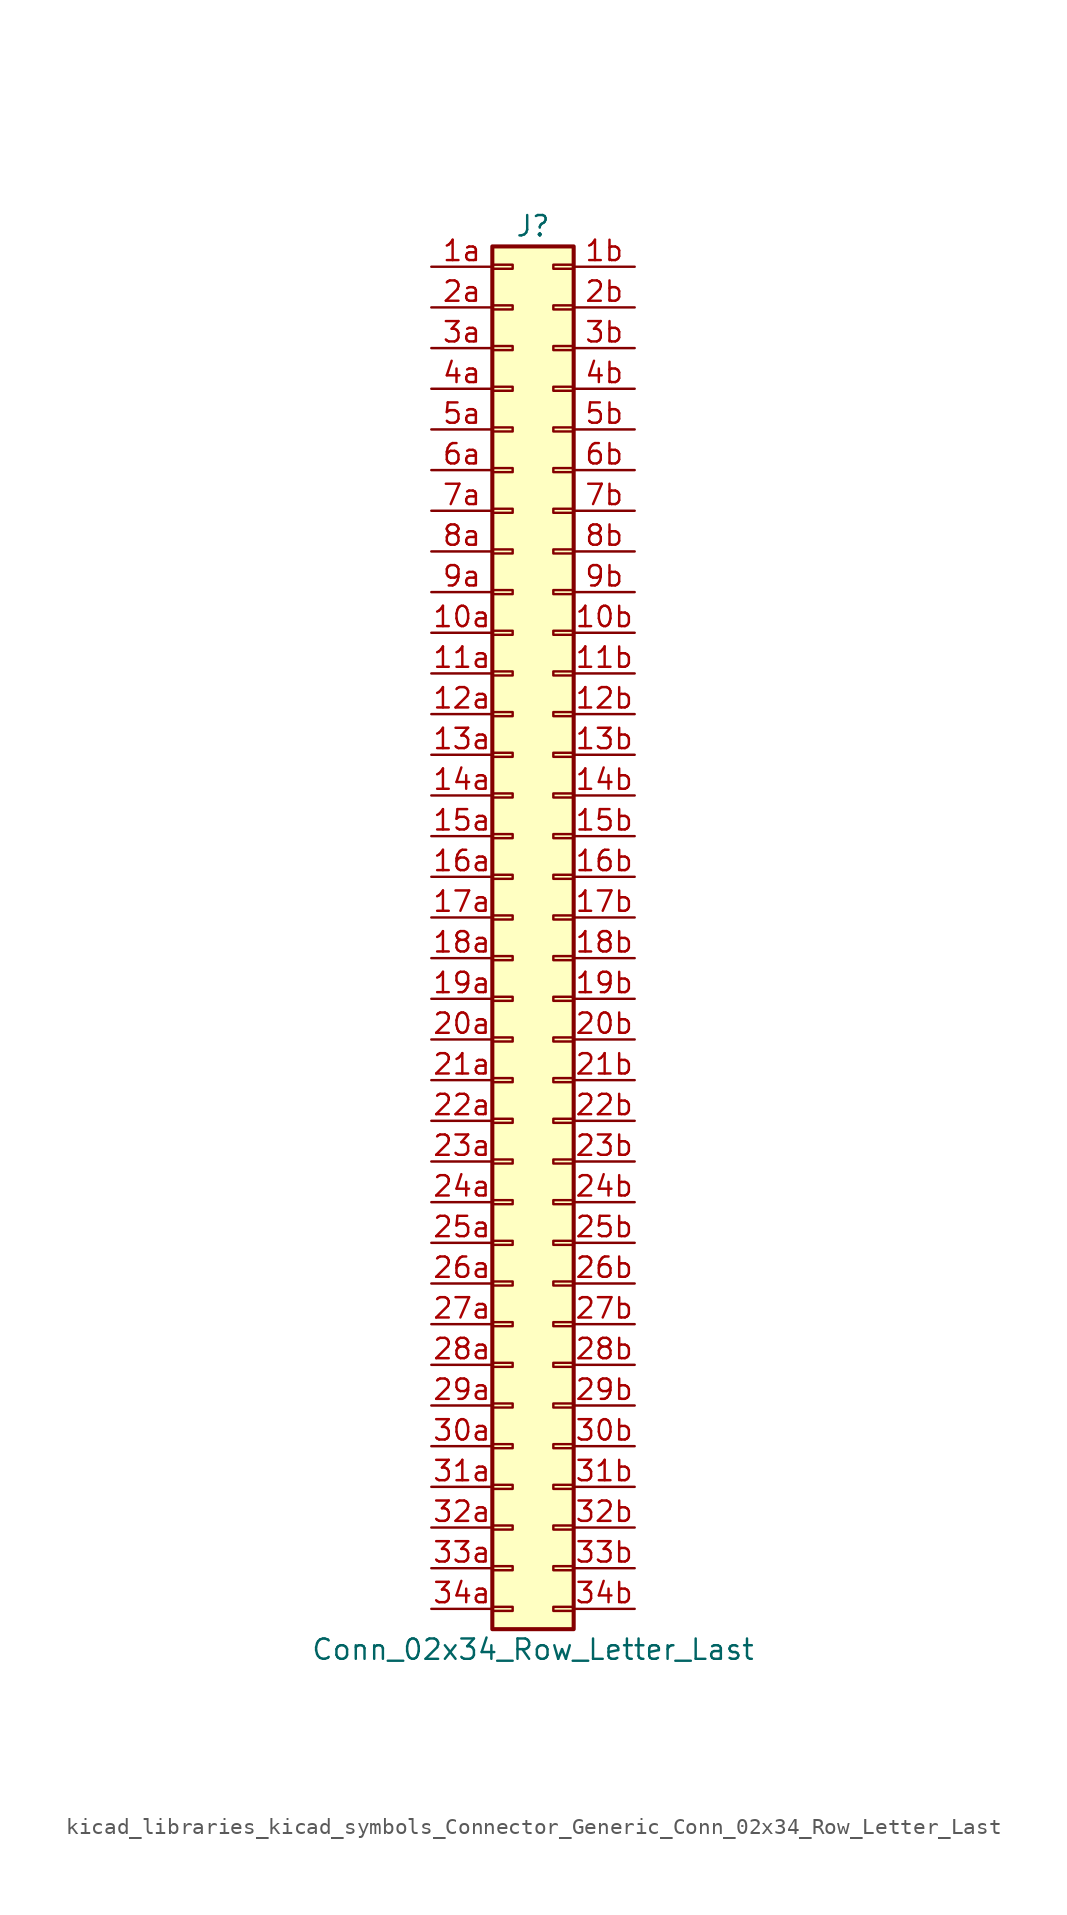
<source format=kicad_sym>
(kicad_symbol_lib
  (version 20220914)
  (generator kicad_symbol_editor)
  (symbol "kicad_libraries_kicad_symbols_Connector_Generic_Conn_02x34_Row_Letter_Last"
    (pin_names
      (offset 1.016) hide)
    (property "Reference" "J"
      (at 1.27 43.18 0)
      (effects (font (size 1.27 1.27))))
    (property "Value" "Conn_02x34_Row_Letter_Last"
      (at 1.27 -45.72 0)
      (effects (font (size 1.27 1.27))))
    (symbol "kicad_libraries_kicad_symbols_Connector_Generic_Conn_02x34_Row_Letter_Last_1_1"
      (rectangle (start -1.27 -43.053) (end 0 -43.307) (stroke (width 0.152) (type default)) (fill (type none)))
      (rectangle (start -1.27 -40.513) (end 0 -40.767) (stroke (width 0.152) (type default)) (fill (type none)))
      (rectangle (start -1.27 -37.973) (end 0 -38.227) (stroke (width 0.152) (type default)) (fill (type none)))
      (rectangle (start -1.27 -35.433) (end 0 -35.687) (stroke (width 0.152) (type default)) (fill (type none)))
      (rectangle (start -1.27 -32.893) (end 0 -33.147) (stroke (width 0.152) (type default)) (fill (type none)))
      (rectangle (start -1.27 -30.353) (end 0 -30.607) (stroke (width 0.152) (type default)) (fill (type none)))
      (rectangle (start -1.27 -27.813) (end 0 -28.067) (stroke (width 0.152) (type default)) (fill (type none)))
      (rectangle (start -1.27 -25.273) (end 0 -25.527) (stroke (width 0.152) (type default)) (fill (type none)))
      (rectangle (start -1.27 -22.733) (end 0 -22.987) (stroke (width 0.152) (type default)) (fill (type none)))
      (rectangle (start -1.27 -20.193) (end 0 -20.447) (stroke (width 0.152) (type default)) (fill (type none)))
      (rectangle (start -1.27 -17.653) (end 0 -17.907) (stroke (width 0.152) (type default)) (fill (type none)))
      (rectangle (start -1.27 -15.113) (end 0 -15.367) (stroke (width 0.152) (type default)) (fill (type none)))
      (rectangle (start -1.27 -12.573) (end 0 -12.827) (stroke (width 0.152) (type default)) (fill (type none)))
      (rectangle (start -1.27 -10.033) (end 0 -10.287) (stroke (width 0.152) (type default)) (fill (type none)))
      (rectangle (start -1.27 -7.493) (end 0 -7.747) (stroke (width 0.152) (type default)) (fill (type none)))
      (rectangle (start -1.27 -4.953) (end 0 -5.207) (stroke (width 0.152) (type default)) (fill (type none)))
      (rectangle (start -1.27 -2.413) (end 0 -2.667) (stroke (width 0.152) (type default)) (fill (type none)))
      (rectangle (start -1.27 0.127) (end 0 -0.127) (stroke (width 0.152) (type default)) (fill (type none)))
      (rectangle (start -1.27 2.667) (end 0 2.413) (stroke (width 0.152) (type default)) (fill (type none)))
      (rectangle (start -1.27 5.207) (end 0 4.953) (stroke (width 0.152) (type default)) (fill (type none)))
      (rectangle (start -1.27 7.747) (end 0 7.493) (stroke (width 0.152) (type default)) (fill (type none)))
      (rectangle (start -1.27 10.287) (end 0 10.033) (stroke (width 0.152) (type default)) (fill (type none)))
      (rectangle (start -1.27 12.827) (end 0 12.573) (stroke (width 0.152) (type default)) (fill (type none)))
      (rectangle (start -1.27 15.367) (end 0 15.113) (stroke (width 0.152) (type default)) (fill (type none)))
      (rectangle (start -1.27 17.907) (end 0 17.653) (stroke (width 0.152) (type default)) (fill (type none)))
      (rectangle (start -1.27 20.447) (end 0 20.193) (stroke (width 0.152) (type default)) (fill (type none)))
      (rectangle (start -1.27 22.987) (end 0 22.733) (stroke (width 0.152) (type default)) (fill (type none)))
      (rectangle (start -1.27 25.527) (end 0 25.273) (stroke (width 0.152) (type default)) (fill (type none)))
      (rectangle (start -1.27 28.067) (end 0 27.813) (stroke (width 0.152) (type default)) (fill (type none)))
      (rectangle (start -1.27 30.607) (end 0 30.353) (stroke (width 0.152) (type default)) (fill (type none)))
      (rectangle (start -1.27 33.147) (end 0 32.893) (stroke (width 0.152) (type default)) (fill (type none)))
      (rectangle (start -1.27 35.687) (end 0 35.433) (stroke (width 0.152) (type default)) (fill (type none)))
      (rectangle (start -1.27 38.227) (end 0 37.973) (stroke (width 0.152) (type default)) (fill (type none)))
      (rectangle (start -1.27 40.767) (end 0 40.513) (stroke (width 0.152) (type default)) (fill (type none)))
      (rectangle (start -1.27 41.91) (end 3.81 -44.45) (stroke (width 0.254) (type default)) (fill (type background)))
      (rectangle (start 3.81 -43.053) (end 2.54 -43.307) (stroke (width 0.152) (type default)) (fill (type none)))
      (rectangle (start 3.81 -40.513) (end 2.54 -40.767) (stroke (width 0.152) (type default)) (fill (type none)))
      (rectangle (start 3.81 -37.973) (end 2.54 -38.227) (stroke (width 0.152) (type default)) (fill (type none)))
      (rectangle (start 3.81 -35.433) (end 2.54 -35.687) (stroke (width 0.152) (type default)) (fill (type none)))
      (rectangle (start 3.81 -32.893) (end 2.54 -33.147) (stroke (width 0.152) (type default)) (fill (type none)))
      (rectangle (start 3.81 -30.353) (end 2.54 -30.607) (stroke (width 0.152) (type default)) (fill (type none)))
      (rectangle (start 3.81 -27.813) (end 2.54 -28.067) (stroke (width 0.152) (type default)) (fill (type none)))
      (rectangle (start 3.81 -25.273) (end 2.54 -25.527) (stroke (width 0.152) (type default)) (fill (type none)))
      (rectangle (start 3.81 -22.733) (end 2.54 -22.987) (stroke (width 0.152) (type default)) (fill (type none)))
      (rectangle (start 3.81 -20.193) (end 2.54 -20.447) (stroke (width 0.152) (type default)) (fill (type none)))
      (rectangle (start 3.81 -17.653) (end 2.54 -17.907) (stroke (width 0.152) (type default)) (fill (type none)))
      (rectangle (start 3.81 -15.113) (end 2.54 -15.367) (stroke (width 0.152) (type default)) (fill (type none)))
      (rectangle (start 3.81 -12.573) (end 2.54 -12.827) (stroke (width 0.152) (type default)) (fill (type none)))
      (rectangle (start 3.81 -10.033) (end 2.54 -10.287) (stroke (width 0.152) (type default)) (fill (type none)))
      (rectangle (start 3.81 -7.493) (end 2.54 -7.747) (stroke (width 0.152) (type default)) (fill (type none)))
      (rectangle (start 3.81 -4.953) (end 2.54 -5.207) (stroke (width 0.152) (type default)) (fill (type none)))
      (rectangle (start 3.81 -2.413) (end 2.54 -2.667) (stroke (width 0.152) (type default)) (fill (type none)))
      (rectangle (start 3.81 0.127) (end 2.54 -0.127) (stroke (width 0.152) (type default)) (fill (type none)))
      (rectangle (start 3.81 2.667) (end 2.54 2.413) (stroke (width 0.152) (type default)) (fill (type none)))
      (rectangle (start 3.81 5.207) (end 2.54 4.953) (stroke (width 0.152) (type default)) (fill (type none)))
      (rectangle (start 3.81 7.747) (end 2.54 7.493) (stroke (width 0.152) (type default)) (fill (type none)))
      (rectangle (start 3.81 10.287) (end 2.54 10.033) (stroke (width 0.152) (type default)) (fill (type none)))
      (rectangle (start 3.81 12.827) (end 2.54 12.573) (stroke (width 0.152) (type default)) (fill (type none)))
      (rectangle (start 3.81 15.367) (end 2.54 15.113) (stroke (width 0.152) (type default)) (fill (type none)))
      (rectangle (start 3.81 17.907) (end 2.54 17.653) (stroke (width 0.152) (type default)) (fill (type none)))
      (rectangle (start 3.81 20.447) (end 2.54 20.193) (stroke (width 0.152) (type default)) (fill (type none)))
      (rectangle (start 3.81 22.987) (end 2.54 22.733) (stroke (width 0.152) (type default)) (fill (type none)))
      (rectangle (start 3.81 25.527) (end 2.54 25.273) (stroke (width 0.152) (type default)) (fill (type none)))
      (rectangle (start 3.81 28.067) (end 2.54 27.813) (stroke (width 0.152) (type default)) (fill (type none)))
      (rectangle (start 3.81 30.607) (end 2.54 30.353) (stroke (width 0.152) (type default)) (fill (type none)))
      (rectangle (start 3.81 33.147) (end 2.54 32.893) (stroke (width 0.152) (type default)) (fill (type none)))
      (rectangle (start 3.81 35.687) (end 2.54 35.433) (stroke (width 0.152) (type default)) (fill (type none)))
      (rectangle (start 3.81 38.227) (end 2.54 37.973) (stroke (width 0.152) (type default)) (fill (type none)))
      (rectangle (start 3.81 40.767) (end 2.54 40.513) (stroke (width 0.152) (type default)) (fill (type none)))
      (pin passive line (at -5.08 17.78 0) (length 3.81) (name "Pin_10a" (effects (font (size 1.27 1.27)))) (number "10a" (effects (font (size 1.27 1.27)))))
      (pin passive line (at 7.62 17.78 180) (length 3.81) (name "Pin_10b" (effects (font (size 1.27 1.27)))) (number "10b" (effects (font (size 1.27 1.27)))))
      (pin passive line (at -5.08 15.24 0) (length 3.81) (name "Pin_11a" (effects (font (size 1.27 1.27)))) (number "11a" (effects (font (size 1.27 1.27)))))
      (pin passive line (at 7.62 15.24 180) (length 3.81) (name "Pin_11b" (effects (font (size 1.27 1.27)))) (number "11b" (effects (font (size 1.27 1.27)))))
      (pin passive line (at -5.08 12.7 0) (length 3.81) (name "Pin_12a" (effects (font (size 1.27 1.27)))) (number "12a" (effects (font (size 1.27 1.27)))))
      (pin passive line (at 7.62 12.7 180) (length 3.81) (name "Pin_12b" (effects (font (size 1.27 1.27)))) (number "12b" (effects (font (size 1.27 1.27)))))
      (pin passive line (at -5.08 10.16 0) (length 3.81) (name "Pin_13a" (effects (font (size 1.27 1.27)))) (number "13a" (effects (font (size 1.27 1.27)))))
      (pin passive line (at 7.62 10.16 180) (length 3.81) (name "Pin_13b" (effects (font (size 1.27 1.27)))) (number "13b" (effects (font (size 1.27 1.27)))))
      (pin passive line (at -5.08 7.62 0) (length 3.81) (name "Pin_14a" (effects (font (size 1.27 1.27)))) (number "14a" (effects (font (size 1.27 1.27)))))
      (pin passive line (at 7.62 7.62 180) (length 3.81) (name "Pin_14b" (effects (font (size 1.27 1.27)))) (number "14b" (effects (font (size 1.27 1.27)))))
      (pin passive line (at -5.08 5.08 0) (length 3.81) (name "Pin_15a" (effects (font (size 1.27 1.27)))) (number "15a" (effects (font (size 1.27 1.27)))))
      (pin passive line (at 7.62 5.08 180) (length 3.81) (name "Pin_15b" (effects (font (size 1.27 1.27)))) (number "15b" (effects (font (size 1.27 1.27)))))
      (pin passive line (at -5.08 2.54 0) (length 3.81) (name "Pin_16a" (effects (font (size 1.27 1.27)))) (number "16a" (effects (font (size 1.27 1.27)))))
      (pin passive line (at 7.62 2.54 180) (length 3.81) (name "Pin_16b" (effects (font (size 1.27 1.27)))) (number "16b" (effects (font (size 1.27 1.27)))))
      (pin passive line (at -5.08 0 0) (length 3.81) (name "Pin_17a" (effects (font (size 1.27 1.27)))) (number "17a" (effects (font (size 1.27 1.27)))))
      (pin passive line (at 7.62 0 180) (length 3.81) (name "Pin_17b" (effects (font (size 1.27 1.27)))) (number "17b" (effects (font (size 1.27 1.27)))))
      (pin passive line (at -5.08 -2.54 0) (length 3.81) (name "Pin_18a" (effects (font (size 1.27 1.27)))) (number "18a" (effects (font (size 1.27 1.27)))))
      (pin passive line (at 7.62 -2.54 180) (length 3.81) (name "Pin_18b" (effects (font (size 1.27 1.27)))) (number "18b" (effects (font (size 1.27 1.27)))))
      (pin passive line (at -5.08 -5.08 0) (length 3.81) (name "Pin_19a" (effects (font (size 1.27 1.27)))) (number "19a" (effects (font (size 1.27 1.27)))))
      (pin passive line (at 7.62 -5.08 180) (length 3.81) (name "Pin_19b" (effects (font (size 1.27 1.27)))) (number "19b" (effects (font (size 1.27 1.27)))))
      (pin passive line (at -5.08 40.64 0) (length 3.81) (name "Pin_1a" (effects (font (size 1.27 1.27)))) (number "1a" (effects (font (size 1.27 1.27)))))
      (pin passive line (at 7.62 40.64 180) (length 3.81) (name "Pin_1b" (effects (font (size 1.27 1.27)))) (number "1b" (effects (font (size 1.27 1.27)))))
      (pin passive line (at -5.08 -7.62 0) (length 3.81) (name "Pin_20a" (effects (font (size 1.27 1.27)))) (number "20a" (effects (font (size 1.27 1.27)))))
      (pin passive line (at 7.62 -7.62 180) (length 3.81) (name "Pin_20b" (effects (font (size 1.27 1.27)))) (number "20b" (effects (font (size 1.27 1.27)))))
      (pin passive line (at -5.08 -10.16 0) (length 3.81) (name "Pin_21a" (effects (font (size 1.27 1.27)))) (number "21a" (effects (font (size 1.27 1.27)))))
      (pin passive line (at 7.62 -10.16 180) (length 3.81) (name "Pin_21b" (effects (font (size 1.27 1.27)))) (number "21b" (effects (font (size 1.27 1.27)))))
      (pin passive line (at -5.08 -12.7 0) (length 3.81) (name "Pin_22a" (effects (font (size 1.27 1.27)))) (number "22a" (effects (font (size 1.27 1.27)))))
      (pin passive line (at 7.62 -12.7 180) (length 3.81) (name "Pin_22b" (effects (font (size 1.27 1.27)))) (number "22b" (effects (font (size 1.27 1.27)))))
      (pin passive line (at -5.08 -15.24 0) (length 3.81) (name "Pin_23a" (effects (font (size 1.27 1.27)))) (number "23a" (effects (font (size 1.27 1.27)))))
      (pin passive line (at 7.62 -15.24 180) (length 3.81) (name "Pin_23b" (effects (font (size 1.27 1.27)))) (number "23b" (effects (font (size 1.27 1.27)))))
      (pin passive line (at -5.08 -17.78 0) (length 3.81) (name "Pin_24a" (effects (font (size 1.27 1.27)))) (number "24a" (effects (font (size 1.27 1.27)))))
      (pin passive line (at 7.62 -17.78 180) (length 3.81) (name "Pin_24b" (effects (font (size 1.27 1.27)))) (number "24b" (effects (font (size 1.27 1.27)))))
      (pin passive line (at -5.08 -20.32 0) (length 3.81) (name "Pin_25a" (effects (font (size 1.27 1.27)))) (number "25a" (effects (font (size 1.27 1.27)))))
      (pin passive line (at 7.62 -20.32 180) (length 3.81) (name "Pin_25b" (effects (font (size 1.27 1.27)))) (number "25b" (effects (font (size 1.27 1.27)))))
      (pin passive line (at -5.08 -22.86 0) (length 3.81) (name "Pin_26a" (effects (font (size 1.27 1.27)))) (number "26a" (effects (font (size 1.27 1.27)))))
      (pin passive line (at 7.62 -22.86 180) (length 3.81) (name "Pin_26b" (effects (font (size 1.27 1.27)))) (number "26b" (effects (font (size 1.27 1.27)))))
      (pin passive line (at -5.08 -25.4 0) (length 3.81) (name "Pin_27a" (effects (font (size 1.27 1.27)))) (number "27a" (effects (font (size 1.27 1.27)))))
      (pin passive line (at 7.62 -25.4 180) (length 3.81) (name "Pin_27b" (effects (font (size 1.27 1.27)))) (number "27b" (effects (font (size 1.27 1.27)))))
      (pin passive line (at -5.08 -27.94 0) (length 3.81) (name "Pin_28a" (effects (font (size 1.27 1.27)))) (number "28a" (effects (font (size 1.27 1.27)))))
      (pin passive line (at 7.62 -27.94 180) (length 3.81) (name "Pin_28b" (effects (font (size 1.27 1.27)))) (number "28b" (effects (font (size 1.27 1.27)))))
      (pin passive line (at -5.08 -30.48 0) (length 3.81) (name "Pin_29a" (effects (font (size 1.27 1.27)))) (number "29a" (effects (font (size 1.27 1.27)))))
      (pin passive line (at 7.62 -30.48 180) (length 3.81) (name "Pin_29b" (effects (font (size 1.27 1.27)))) (number "29b" (effects (font (size 1.27 1.27)))))
      (pin passive line (at -5.08 38.1 0) (length 3.81) (name "Pin_2a" (effects (font (size 1.27 1.27)))) (number "2a" (effects (font (size 1.27 1.27)))))
      (pin passive line (at 7.62 38.1 180) (length 3.81) (name "Pin_2b" (effects (font (size 1.27 1.27)))) (number "2b" (effects (font (size 1.27 1.27)))))
      (pin passive line (at -5.08 -33.02 0) (length 3.81) (name "Pin_30a" (effects (font (size 1.27 1.27)))) (number "30a" (effects (font (size 1.27 1.27)))))
      (pin passive line (at 7.62 -33.02 180) (length 3.81) (name "Pin_30b" (effects (font (size 1.27 1.27)))) (number "30b" (effects (font (size 1.27 1.27)))))
      (pin passive line (at -5.08 -35.56 0) (length 3.81) (name "Pin_31a" (effects (font (size 1.27 1.27)))) (number "31a" (effects (font (size 1.27 1.27)))))
      (pin passive line (at 7.62 -35.56 180) (length 3.81) (name "Pin_31b" (effects (font (size 1.27 1.27)))) (number "31b" (effects (font (size 1.27 1.27)))))
      (pin passive line (at -5.08 -38.1 0) (length 3.81) (name "Pin_32a" (effects (font (size 1.27 1.27)))) (number "32a" (effects (font (size 1.27 1.27)))))
      (pin passive line (at 7.62 -38.1 180) (length 3.81) (name "Pin_32b" (effects (font (size 1.27 1.27)))) (number "32b" (effects (font (size 1.27 1.27)))))
      (pin passive line (at -5.08 -40.64 0) (length 3.81) (name "Pin_33a" (effects (font (size 1.27 1.27)))) (number "33a" (effects (font (size 1.27 1.27)))))
      (pin passive line (at 7.62 -40.64 180) (length 3.81) (name "Pin_33b" (effects (font (size 1.27 1.27)))) (number "33b" (effects (font (size 1.27 1.27)))))
      (pin passive line (at -5.08 -43.18 0) (length 3.81) (name "Pin_34a" (effects (font (size 1.27 1.27)))) (number "34a" (effects (font (size 1.27 1.27)))))
      (pin passive line (at 7.62 -43.18 180) (length 3.81) (name "Pin_34b" (effects (font (size 1.27 1.27)))) (number "34b" (effects (font (size 1.27 1.27)))))
      (pin passive line (at -5.08 35.56 0) (length 3.81) (name "Pin_3a" (effects (font (size 1.27 1.27)))) (number "3a" (effects (font (size 1.27 1.27)))))
      (pin passive line (at 7.62 35.56 180) (length 3.81) (name "Pin_3b" (effects (font (size 1.27 1.27)))) (number "3b" (effects (font (size 1.27 1.27)))))
      (pin passive line (at -5.08 33.02 0) (length 3.81) (name "Pin_4a" (effects (font (size 1.27 1.27)))) (number "4a" (effects (font (size 1.27 1.27)))))
      (pin passive line (at 7.62 33.02 180) (length 3.81) (name "Pin_4b" (effects (font (size 1.27 1.27)))) (number "4b" (effects (font (size 1.27 1.27)))))
      (pin passive line (at -5.08 30.48 0) (length 3.81) (name "Pin_5a" (effects (font (size 1.27 1.27)))) (number "5a" (effects (font (size 1.27 1.27)))))
      (pin passive line (at 7.62 30.48 180) (length 3.81) (name "Pin_5b" (effects (font (size 1.27 1.27)))) (number "5b" (effects (font (size 1.27 1.27)))))
      (pin passive line (at -5.08 27.94 0) (length 3.81) (name "Pin_6a" (effects (font (size 1.27 1.27)))) (number "6a" (effects (font (size 1.27 1.27)))))
      (pin passive line (at 7.62 27.94 180) (length 3.81) (name "Pin_6b" (effects (font (size 1.27 1.27)))) (number "6b" (effects (font (size 1.27 1.27)))))
      (pin passive line (at -5.08 25.4 0) (length 3.81) (name "Pin_7a" (effects (font (size 1.27 1.27)))) (number "7a" (effects (font (size 1.27 1.27)))))
      (pin passive line (at 7.62 25.4 180) (length 3.81) (name "Pin_7b" (effects (font (size 1.27 1.27)))) (number "7b" (effects (font (size 1.27 1.27)))))
      (pin passive line (at -5.08 22.86 0) (length 3.81) (name "Pin_8a" (effects (font (size 1.27 1.27)))) (number "8a" (effects (font (size 1.27 1.27)))))
      (pin passive line (at 7.62 22.86 180) (length 3.81) (name "Pin_8b" (effects (font (size 1.27 1.27)))) (number "8b" (effects (font (size 1.27 1.27)))))
      (pin passive line (at -5.08 20.32 0) (length 3.81) (name "Pin_9a" (effects (font (size 1.27 1.27)))) (number "9a" (effects (font (size 1.27 1.27)))))
      (pin passive line (at 7.62 20.32 180) (length 3.81) (name "Pin_9b" (effects (font (size 1.27 1.27)))) (number "9b" (effects (font (size 1.27 1.27))))))))
</source>
